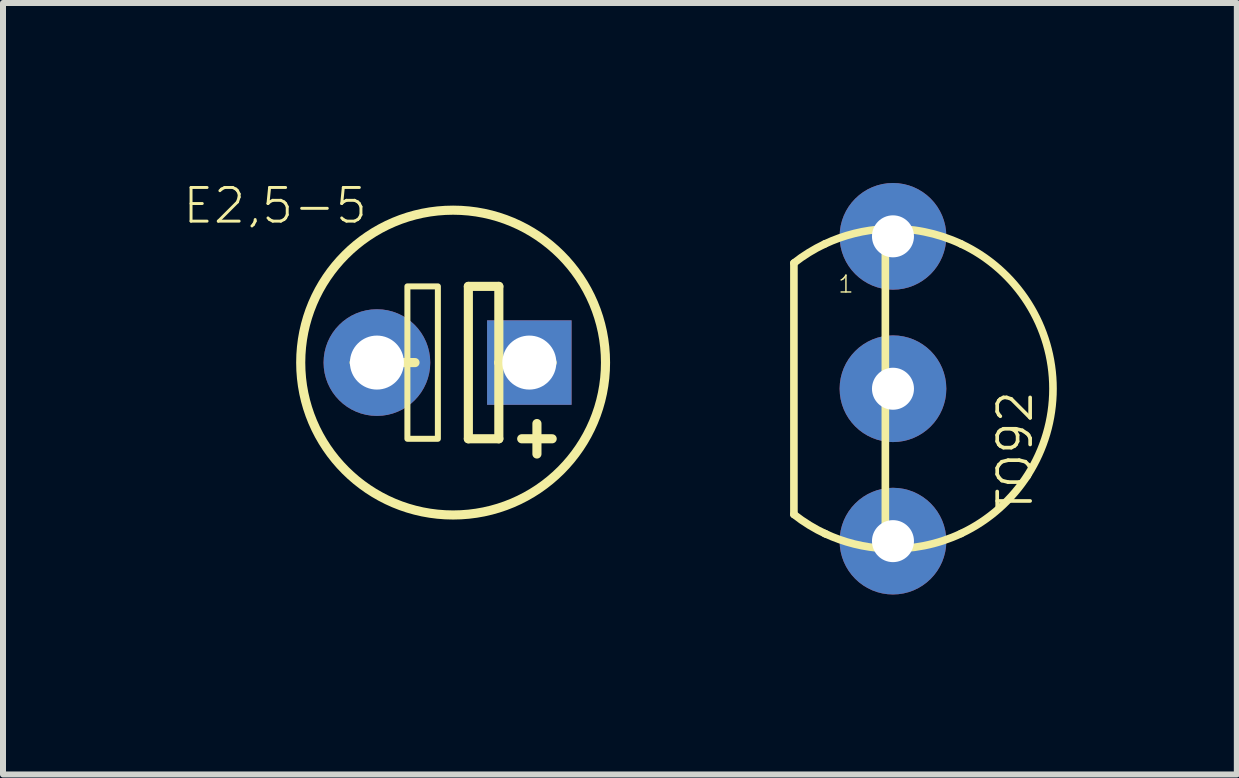
<source format=kicad_pcb>
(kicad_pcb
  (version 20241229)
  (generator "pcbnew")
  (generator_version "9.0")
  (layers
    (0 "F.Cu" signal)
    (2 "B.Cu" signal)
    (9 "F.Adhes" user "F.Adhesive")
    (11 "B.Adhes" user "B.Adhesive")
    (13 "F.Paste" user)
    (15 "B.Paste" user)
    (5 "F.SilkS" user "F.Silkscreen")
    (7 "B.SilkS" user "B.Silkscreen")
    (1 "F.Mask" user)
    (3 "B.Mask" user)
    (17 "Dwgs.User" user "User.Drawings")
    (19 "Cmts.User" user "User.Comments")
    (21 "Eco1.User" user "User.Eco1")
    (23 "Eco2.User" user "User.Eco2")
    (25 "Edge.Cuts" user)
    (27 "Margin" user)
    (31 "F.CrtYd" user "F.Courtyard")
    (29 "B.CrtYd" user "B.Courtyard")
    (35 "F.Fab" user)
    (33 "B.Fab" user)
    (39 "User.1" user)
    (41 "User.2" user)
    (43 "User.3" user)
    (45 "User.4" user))
  (footprint "E2,5-5"
    (layer "F.Cu")
    (at 4.502 2.993)
    (property "Reference" "E2,5-5" (at -1.397 -2.286 0) (layer "F.SilkS") (effects (font (size 0.561 0.561) (thickness 0.049)) (justify right bottom)))
    (fp_line (start -0.635 0) (end -1.651 0) (stroke (width 0.152) (type solid)) (layer "F.SilkS"))
    (fp_line (start 0.254 -1.27) (end 0.254 1.27) (stroke (width 0.152) (type solid)) (layer "F.SilkS"))
    (fp_line (start 0.254 1.27) (end 0.762 1.27) (stroke (width 0.152) (type solid)) (layer "F.SilkS"))
    (fp_line (start 0.762 -1.27) (end 0.254 -1.27) (stroke (width 0.152) (type solid)) (layer "F.SilkS"))
    (fp_line (start 0.762 0) (end 0.762 -1.27) (stroke (width 0.152) (type solid)) (layer "F.SilkS"))
    (fp_line (start 0.762 1.27) (end 0.762 0) (stroke (width 0.152) (type solid)) (layer "F.SilkS"))
    (fp_line (start 1.397 1.016) (end 1.397 1.27) (stroke (width 0.152) (type solid)) (layer "F.SilkS"))
    (fp_line (start 1.397 1.27) (end 1.143 1.27) (stroke (width 0.152) (type solid)) (layer "F.SilkS"))
    (fp_line (start 1.397 1.27) (end 1.397 1.524) (stroke (width 0.152) (type solid)) (layer "F.SilkS"))
    (fp_line (start 1.651 0) (end 0.762 0) (stroke (width 0.152) (type solid)) (layer "F.SilkS"))
    (fp_line (start 1.651 1.27) (end 1.397 1.27) (stroke (width 0.152) (type solid)) (layer "F.SilkS"))
    (fp_circle (center 0 0) (end 2.54 0) (stroke (width 0.152) (type solid)) (fill no) (layer "F.SilkS"))
    (fp_poly (pts (xy -0.254 -1.27) (xy -0.762 -1.27) (xy -0.762 1.27) (xy -0.254 1.27)) (stroke (width 0.1) (type solid)) (fill no) (layer "F.SilkS"))
    (pad "+" thru_hole rect (at 1.27 0) (size 1.408 1.408) (drill 0.9) (layers "*.Cu" "*.Mask"))
    (pad "-" thru_hole circle (at -1.27 0) (size 1.778 1.778) (drill 0.9) (layers "*.Cu" "*.Mask")))
  (footprint "TO92"
    (layer "F.Cu")
    (at 11.833 3.429)
    (property "Reference" "TO92" (at 1.714 0 90) (layer "F.SilkS") (effects (font (size 0.549 0.549) (thickness 0.061)) (justify right top)))
    (fp_line (start -1.651 -2.095) (end -1.651 2.095) (stroke (width 0.127) (type solid)) (layer "F.SilkS"))
    (fp_line (start -0.127 2.664) (end -0.127 -2.664) (stroke (width 0.127) (type solid)) (layer "F.SilkS"))
    (fp_arc (start -1.651 -2.095) (mid -1.40252 -2.268918) (end -1.1359 -2.4135) (stroke (width 0.127) (type solid)) (layer "F.SilkS"))
    (fp_arc (start -1.1359 -2.413) (mid -0.643799 -2.588137) (end -0.127 -2.664) (stroke (width 0.127) (type solid)) (layer "F.SilkS"))
    (fp_arc (start -1.1118 2.4247) (mid -1.391201 2.275878) (end -1.651 2.095) (stroke (width 0.127) (type solid)) (layer "F.SilkS"))
    (fp_arc (start -0.127 -2.664) (mid 0.519825 -2.615858) (end 1.1359 -2.413) (stroke (width 0.127) (type solid)) (layer "F.SilkS"))
    (fp_arc (start -0.127 2.664) (mid -0.643799 2.588137) (end -1.1359 2.413) (stroke (width 0.127) (type solid)) (layer "F.SilkS"))
    (fp_arc (start 1.1359 -2.413) (mid 2.666986 -0.000001) (end 1.135901 2.412999) (stroke (width 0.127) (type solid)) (layer "F.SilkS"))
    (fp_arc (start 1.1359 2.413) (mid 0.519825 2.615858) (end -0.127 2.664) (stroke (width 0.127) (type solid)) (layer "F.SilkS"))
    (fp_text user "1" (at -0.635 -1.905 0) (layer "F.SilkS") (effects (font (size 0.28 0.28) (thickness 0.024)) (justify right top)))
    (pad "1" thru_hole circle (at 0 -2.54) (size 1.778 1.778) (drill 0.7) (layers "*.Cu" "*.Mask"))
    (pad "2" thru_hole circle (at 0 0) (size 1.778 1.778) (drill 0.7) (layers "*.Cu" "*.Mask"))
    (pad "3" thru_hole circle (at 0 2.54) (size 1.778 1.778) (drill 0.7) (layers "*.Cu" "*.Mask")))
  (gr_rect
    (start -3 -3)
    (end 17.564 9.858)
    (stroke (width 0.1) (type default))
    (fill no)
    (layer "Edge.Cuts")))
</source>
